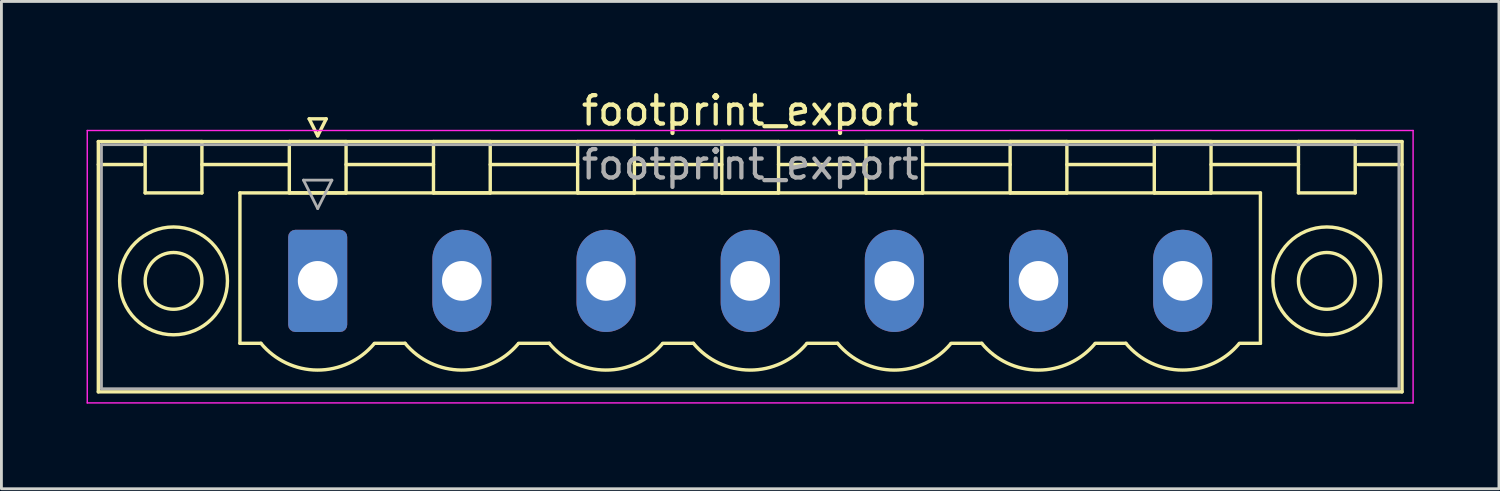
<source format=kicad_pcb>
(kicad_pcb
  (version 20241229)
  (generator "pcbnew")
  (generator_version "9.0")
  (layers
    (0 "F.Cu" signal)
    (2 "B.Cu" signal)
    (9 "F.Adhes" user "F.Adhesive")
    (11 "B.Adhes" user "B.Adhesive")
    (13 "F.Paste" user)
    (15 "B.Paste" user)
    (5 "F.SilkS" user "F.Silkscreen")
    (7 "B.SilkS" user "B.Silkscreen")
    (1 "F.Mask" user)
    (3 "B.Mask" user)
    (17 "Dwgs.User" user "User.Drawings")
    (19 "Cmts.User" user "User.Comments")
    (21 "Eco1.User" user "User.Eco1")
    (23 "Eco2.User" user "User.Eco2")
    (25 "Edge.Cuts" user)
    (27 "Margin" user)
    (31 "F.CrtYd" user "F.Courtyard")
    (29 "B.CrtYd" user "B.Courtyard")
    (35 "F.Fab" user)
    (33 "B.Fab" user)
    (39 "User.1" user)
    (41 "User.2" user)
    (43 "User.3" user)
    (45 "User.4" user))
  (footprint "footprint_export"
    (layer "F.Cu")
    (at 8.145 6.848)
    (property "Reference" "footprint_export" (at 15.24 -6 0) (layer "F.SilkS") (effects (font (size 1 1) (thickness 0.15))))
    (attr through_hole)
    (fp_line (start -7.73 -4.91) (end -7.73 3.91) (stroke (width 0.12) (type solid)) (layer "F.SilkS"))
    (fp_line (start -7.73 -4.1) (end -6.19 -4.1) (stroke (width 0.12) (type solid)) (layer "F.SilkS"))
    (fp_line (start -7.73 3.91) (end 38.21 3.91) (stroke (width 0.12) (type solid)) (layer "F.SilkS"))
    (fp_line (start -6.08 -4.91) (end -4.08 -4.91) (stroke (width 0.12) (type solid)) (layer "F.SilkS"))
    (fp_line (start -6.08 -3.1) (end -6.08 -4.91) (stroke (width 0.12) (type solid)) (layer "F.SilkS"))
    (fp_line (start -4.08 -4.91) (end -4.08 -3.1) (stroke (width 0.12) (type solid)) (layer "F.SilkS"))
    (fp_line (start -4.08 -4.1) (end -1 -4.1) (stroke (width 0.12) (type solid)) (layer "F.SilkS"))
    (fp_line (start -4.08 -3.1) (end -6.08 -3.1) (stroke (width 0.12) (type solid)) (layer "F.SilkS"))
    (fp_line (start -2.74 -3.1) (end 33.22 -3.1) (stroke (width 0.12) (type solid)) (layer "F.SilkS"))
    (fp_line (start -2.74 2.2) (end -2.74 -3.1) (stroke (width 0.12) (type solid)) (layer "F.SilkS"))
    (fp_line (start -2 2.2) (end -2.74 2.2) (stroke (width 0.12) (type solid)) (layer "F.SilkS"))
    (fp_line (start -1 -4.91) (end 1 -4.91) (stroke (width 0.12) (type solid)) (layer "F.SilkS"))
    (fp_line (start -1 -3.1) (end -1 -4.91) (stroke (width 0.12) (type solid)) (layer "F.SilkS"))
    (fp_line (start -0.3 -5.71) (end 0.3 -5.71) (stroke (width 0.12) (type solid)) (layer "F.SilkS"))
    (fp_line (start 0 -5.11) (end -0.3 -5.71) (stroke (width 0.12) (type solid)) (layer "F.SilkS"))
    (fp_line (start 0.3 -5.71) (end 0 -5.11) (stroke (width 0.12) (type solid)) (layer "F.SilkS"))
    (fp_line (start 1 -4.91) (end 1 -3.1) (stroke (width 0.12) (type solid)) (layer "F.SilkS"))
    (fp_line (start 1 -4.1) (end 4.08 -4.1) (stroke (width 0.12) (type solid)) (layer "F.SilkS"))
    (fp_line (start 1 -3.1) (end -1 -3.1) (stroke (width 0.12) (type solid)) (layer "F.SilkS"))
    (fp_line (start 2 2.2) (end 3.08 2.2) (stroke (width 0.12) (type solid)) (layer "F.SilkS"))
    (fp_line (start 4.08 -4.91) (end 6.08 -4.91) (stroke (width 0.12) (type solid)) (layer "F.SilkS"))
    (fp_line (start 4.08 -3.1) (end 4.08 -4.91) (stroke (width 0.12) (type solid)) (layer "F.SilkS"))
    (fp_line (start 6.08 -4.91) (end 6.08 -3.1) (stroke (width 0.12) (type solid)) (layer "F.SilkS"))
    (fp_line (start 6.08 -4.1) (end 9.16 -4.1) (stroke (width 0.12) (type solid)) (layer "F.SilkS"))
    (fp_line (start 6.08 -3.1) (end 4.08 -3.1) (stroke (width 0.12) (type solid)) (layer "F.SilkS"))
    (fp_line (start 7.08 2.2) (end 8.16 2.2) (stroke (width 0.12) (type solid)) (layer "F.SilkS"))
    (fp_line (start 9.16 -4.91) (end 11.16 -4.91) (stroke (width 0.12) (type solid)) (layer "F.SilkS"))
    (fp_line (start 9.16 -3.1) (end 9.16 -4.91) (stroke (width 0.12) (type solid)) (layer "F.SilkS"))
    (fp_line (start 11.16 -4.91) (end 11.16 -3.1) (stroke (width 0.12) (type solid)) (layer "F.SilkS"))
    (fp_line (start 11.16 -4.1) (end 14.24 -4.1) (stroke (width 0.12) (type solid)) (layer "F.SilkS"))
    (fp_line (start 11.16 -3.1) (end 9.16 -3.1) (stroke (width 0.12) (type solid)) (layer "F.SilkS"))
    (fp_line (start 12.16 2.2) (end 13.24 2.2) (stroke (width 0.12) (type solid)) (layer "F.SilkS"))
    (fp_line (start 14.24 -4.91) (end 16.24 -4.91) (stroke (width 0.12) (type solid)) (layer "F.SilkS"))
    (fp_line (start 14.24 -3.1) (end 14.24 -4.91) (stroke (width 0.12) (type solid)) (layer "F.SilkS"))
    (fp_line (start 16.24 -4.91) (end 16.24 -3.1) (stroke (width 0.12) (type solid)) (layer "F.SilkS"))
    (fp_line (start 16.24 -4.1) (end 19.32 -4.1) (stroke (width 0.12) (type solid)) (layer "F.SilkS"))
    (fp_line (start 16.24 -3.1) (end 14.24 -3.1) (stroke (width 0.12) (type solid)) (layer "F.SilkS"))
    (fp_line (start 17.24 2.2) (end 18.32 2.2) (stroke (width 0.12) (type solid)) (layer "F.SilkS"))
    (fp_line (start 19.32 -4.91) (end 21.32 -4.91) (stroke (width 0.12) (type solid)) (layer "F.SilkS"))
    (fp_line (start 19.32 -3.1) (end 19.32 -4.91) (stroke (width 0.12) (type solid)) (layer "F.SilkS"))
    (fp_line (start 21.32 -4.91) (end 21.32 -3.1) (stroke (width 0.12) (type solid)) (layer "F.SilkS"))
    (fp_line (start 21.32 -4.1) (end 24.4 -4.1) (stroke (width 0.12) (type solid)) (layer "F.SilkS"))
    (fp_line (start 21.32 -3.1) (end 19.32 -3.1) (stroke (width 0.12) (type solid)) (layer "F.SilkS"))
    (fp_line (start 22.32 2.2) (end 23.4 2.2) (stroke (width 0.12) (type solid)) (layer "F.SilkS"))
    (fp_line (start 24.4 -4.91) (end 26.4 -4.91) (stroke (width 0.12) (type solid)) (layer "F.SilkS"))
    (fp_line (start 24.4 -3.1) (end 24.4 -4.91) (stroke (width 0.12) (type solid)) (layer "F.SilkS"))
    (fp_line (start 26.4 -4.91) (end 26.4 -3.1) (stroke (width 0.12) (type solid)) (layer "F.SilkS"))
    (fp_line (start 26.4 -4.1) (end 29.48 -4.1) (stroke (width 0.12) (type solid)) (layer "F.SilkS"))
    (fp_line (start 26.4 -3.1) (end 24.4 -3.1) (stroke (width 0.12) (type solid)) (layer "F.SilkS"))
    (fp_line (start 27.4 2.2) (end 28.48 2.2) (stroke (width 0.12) (type solid)) (layer "F.SilkS"))
    (fp_line (start 29.48 -4.91) (end 31.48 -4.91) (stroke (width 0.12) (type solid)) (layer "F.SilkS"))
    (fp_line (start 29.48 -3.1) (end 29.48 -4.91) (stroke (width 0.12) (type solid)) (layer "F.SilkS"))
    (fp_line (start 31.48 -4.91) (end 31.48 -3.1) (stroke (width 0.12) (type solid)) (layer "F.SilkS"))
    (fp_line (start 31.48 -4.1) (end 34.56 -4.1) (stroke (width 0.12) (type solid)) (layer "F.SilkS"))
    (fp_line (start 31.48 -3.1) (end 29.48 -3.1) (stroke (width 0.12) (type solid)) (layer "F.SilkS"))
    (fp_line (start 33.22 -3.1) (end 33.22 2.2) (stroke (width 0.12) (type solid)) (layer "F.SilkS"))
    (fp_line (start 33.22 2.2) (end 32.48 2.2) (stroke (width 0.12) (type solid)) (layer "F.SilkS"))
    (fp_line (start 34.56 -4.91) (end 36.56 -4.91) (stroke (width 0.12) (type solid)) (layer "F.SilkS"))
    (fp_line (start 34.56 -3.1) (end 34.56 -4.91) (stroke (width 0.12) (type solid)) (layer "F.SilkS"))
    (fp_line (start 36.56 -4.91) (end 36.56 -3.1) (stroke (width 0.12) (type solid)) (layer "F.SilkS"))
    (fp_line (start 36.56 -3.1) (end 34.56 -3.1) (stroke (width 0.12) (type solid)) (layer "F.SilkS"))
    (fp_line (start 38.21 -4.91) (end -7.73 -4.91) (stroke (width 0.12) (type solid)) (layer "F.SilkS"))
    (fp_line (start 38.21 -4.1) (end 36.67 -4.1) (stroke (width 0.12) (type solid)) (layer "F.SilkS"))
    (fp_line (start 38.21 3.91) (end 38.21 -4.91) (stroke (width 0.12) (type solid)) (layer "F.SilkS"))
    (fp_arc (start 1.986842 2.215821) (mid -0.010289 3.142758) (end -2 2.2) (stroke (width 0.12) (type solid)) (layer "F.SilkS"))
    (fp_arc (start 7.066842 2.215821) (mid 5.069711 3.142758) (end 3.08 2.2) (stroke (width 0.12) (type solid)) (layer "F.SilkS"))
    (fp_arc (start 12.146842 2.215821) (mid 10.149711 3.142758) (end 8.16 2.2) (stroke (width 0.12) (type solid)) (layer "F.SilkS"))
    (fp_arc (start 17.226842 2.215821) (mid 15.229711 3.142758) (end 13.24 2.2) (stroke (width 0.12) (type solid)) (layer "F.SilkS"))
    (fp_arc (start 22.306842 2.215821) (mid 20.309711 3.142758) (end 18.32 2.2) (stroke (width 0.12) (type solid)) (layer "F.SilkS"))
    (fp_arc (start 27.386842 2.215821) (mid 25.389711 3.142758) (end 23.4 2.2) (stroke (width 0.12) (type solid)) (layer "F.SilkS"))
    (fp_arc (start 32.466842 2.215821) (mid 30.469711 3.142758) (end 28.48 2.2) (stroke (width 0.12) (type solid)) (layer "F.SilkS"))
    (fp_circle (center -5.08 0) (end -4.08 0) (stroke (width 0.12) (type solid)) (fill no) (layer "F.SilkS"))
    (fp_circle (center -5.08 0) (end -3.18 0) (stroke (width 0.12) (type solid)) (fill no) (layer "F.SilkS"))
    (fp_circle (center 35.56 0) (end 36.56 0) (stroke (width 0.12) (type solid)) (fill no) (layer "F.SilkS"))
    (fp_circle (center 35.56 0) (end 37.46 0) (stroke (width 0.12) (type solid)) (fill no) (layer "F.SilkS"))
    (fp_line (start -8.12 -5.3) (end -8.12 4.3) (stroke (width 0.05) (type solid)) (layer "F.CrtYd"))
    (fp_line (start -8.12 4.3) (end 38.6 4.3) (stroke (width 0.05) (type solid)) (layer "F.CrtYd"))
    (fp_line (start 38.6 -5.3) (end -8.12 -5.3) (stroke (width 0.05) (type solid)) (layer "F.CrtYd"))
    (fp_line (start 38.6 4.3) (end 38.6 -5.3) (stroke (width 0.05) (type solid)) (layer "F.CrtYd"))
    (fp_line (start -7.62 -4.8) (end -7.62 3.8) (stroke (width 0.1) (type solid)) (layer "F.Fab"))
    (fp_line (start -7.62 3.8) (end 38.1 3.8) (stroke (width 0.1) (type solid)) (layer "F.Fab"))
    (fp_line (start -0.5 -3.55) (end 0.5 -3.55) (stroke (width 0.1) (type solid)) (layer "F.Fab"))
    (fp_line (start 0 -2.55) (end -0.5 -3.55) (stroke (width 0.1) (type solid)) (layer "F.Fab"))
    (fp_line (start 0.5 -3.55) (end 0 -2.55) (stroke (width 0.1) (type solid)) (layer "F.Fab"))
    (fp_line (start 38.1 -4.8) (end -7.62 -4.8) (stroke (width 0.1) (type solid)) (layer "F.Fab"))
    (fp_line (start 38.1 3.8) (end 38.1 -4.8) (stroke (width 0.1) (type solid)) (layer "F.Fab"))
    (fp_text user "${REFERENCE}" (at 15.24 -4.1 0) (layer "F.Fab") (effects (font (size 1 1) (thickness 0.15))))
    (pad "1" thru_hole roundrect (at 0 0) (size 2.08 3.6) (drill 1.4) (layers "*.Cu" "*.Mask") (roundrect_rratio 0.12))
    (pad "2" thru_hole oval (at 5.08 0) (size 2.08 3.6) (drill 1.4) (layers "*.Cu" "*.Mask"))
    (pad "3" thru_hole oval (at 10.16 0) (size 2.08 3.6) (drill 1.4) (layers "*.Cu" "*.Mask"))
    (pad "4" thru_hole oval (at 15.24 0) (size 2.08 3.6) (drill 1.4) (layers "*.Cu" "*.Mask"))
    (pad "5" thru_hole oval (at 20.32 0) (size 2.08 3.6) (drill 1.4) (layers "*.Cu" "*.Mask"))
    (pad "6" thru_hole oval (at 25.4 0) (size 2.08 3.6) (drill 1.4) (layers "*.Cu" "*.Mask"))
    (pad "7" thru_hole oval (at 30.48 0) (size 2.08 3.6) (drill 1.4) (layers "*.Cu" "*.Mask")))
  (gr_rect
    (start -3 -3)
    (end 49.77 14.173)
    (stroke (width 0.1) (type default))
    (fill no)
    (layer "Edge.Cuts")))
</source>
